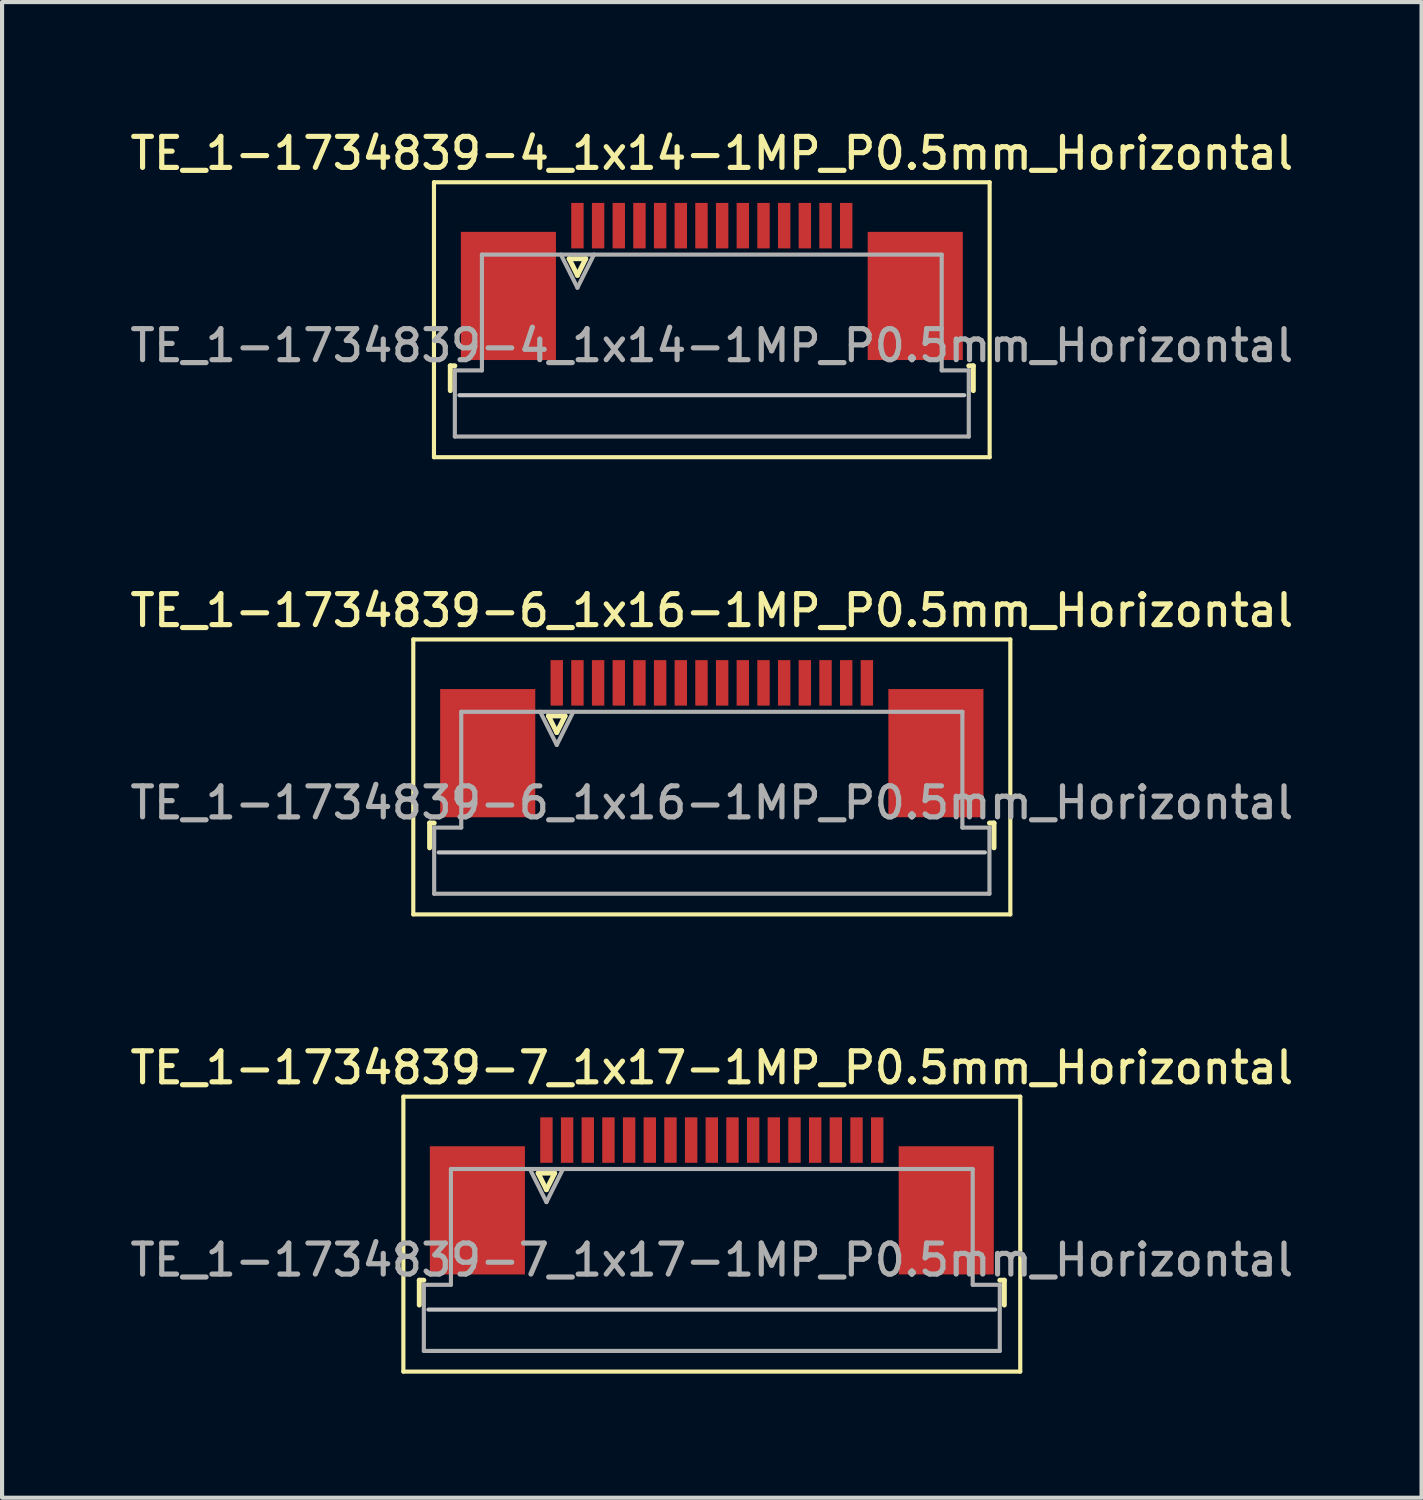
<source format=kicad_pcb>
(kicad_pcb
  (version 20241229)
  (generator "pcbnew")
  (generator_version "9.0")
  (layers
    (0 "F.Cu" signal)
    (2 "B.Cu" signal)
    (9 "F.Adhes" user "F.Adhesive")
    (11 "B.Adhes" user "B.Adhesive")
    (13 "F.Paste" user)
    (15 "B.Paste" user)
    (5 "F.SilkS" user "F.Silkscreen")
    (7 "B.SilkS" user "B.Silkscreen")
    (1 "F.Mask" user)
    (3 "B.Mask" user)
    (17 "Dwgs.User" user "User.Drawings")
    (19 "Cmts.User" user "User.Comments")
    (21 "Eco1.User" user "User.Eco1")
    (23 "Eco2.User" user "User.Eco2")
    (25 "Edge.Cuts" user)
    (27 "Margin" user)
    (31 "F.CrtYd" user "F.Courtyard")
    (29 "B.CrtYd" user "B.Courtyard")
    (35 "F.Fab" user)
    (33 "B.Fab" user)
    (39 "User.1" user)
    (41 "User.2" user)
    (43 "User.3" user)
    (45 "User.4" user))
  (footprint "TE_1-1734839-7_1x17-1MP_P0.5mm_Horizontal"
    (layer "F.Cu")
    (at 14.166 25.874)
    (property "Reference" "TE_1-1734839-7_1x17-1MP_P0.5mm_Horizontal" (at 0 -3.1 0) (layer "F.SilkS") (effects (font (size 0.75 0.75) (thickness 0.125))))
    (attr smd)
    (fp_line (start -7.46 -2.4) (end -7.46 4.25) (stroke (width 0.1) (type solid)) (layer "F.SilkS"))
    (fp_line (start -7.46 4.25) (end 7.46 4.25) (stroke (width 0.1) (type solid)) (layer "F.SilkS"))
    (fp_line (start -7.075 2.04) (end -7.075 2.64) (stroke (width 0.12) (type solid)) (layer "F.SilkS"))
    (fp_line (start -6.965 2.04) (end -7.075 2.04) (stroke (width 0.12) (type solid)) (layer "F.SilkS"))
    (fp_line (start -4.2 -0.55) (end -4 -0.15) (stroke (width 0.12) (type solid)) (layer "F.SilkS"))
    (fp_line (start -4 -0.15) (end -3.8 -0.55) (stroke (width 0.12) (type solid)) (layer "F.SilkS"))
    (fp_line (start -3.8 -0.55) (end -4.2 -0.55) (stroke (width 0.12) (type solid)) (layer "F.SilkS"))
    (fp_line (start 6.965 2.04) (end 7.075 2.04) (stroke (width 0.12) (type solid)) (layer "F.SilkS"))
    (fp_line (start 7.075 2.04) (end 7.075 2.64) (stroke (width 0.12) (type solid)) (layer "F.SilkS"))
    (fp_line (start 7.46 -2.4) (end -7.46 -2.4) (stroke (width 0.1) (type solid)) (layer "F.SilkS"))
    (fp_line (start 7.46 4.25) (end 7.46 -2.4) (stroke (width 0.1) (type solid)) (layer "F.SilkS"))
    (fp_line (start 6.855 2.75) (end -6.855 2.75) (stroke (width 0.1) (type solid)) (layer "Dwgs.User"))
    (fp_line (start -6.965 2.15) (end -6.31 2.15) (stroke (width 0.1) (type solid)) (layer "F.Fab"))
    (fp_line (start -6.965 3.75) (end -6.965 2.15) (stroke (width 0.1) (type solid)) (layer "F.Fab"))
    (fp_line (start -6.31 -0.65) (end 6.31 -0.65) (stroke (width 0.1) (type solid)) (layer "F.Fab"))
    (fp_line (start -6.31 2.15) (end -6.31 -0.65) (stroke (width 0.1) (type solid)) (layer "F.Fab"))
    (fp_line (start -4.4 -0.65) (end -4 0.15) (stroke (width 0.1) (type solid)) (layer "F.Fab"))
    (fp_line (start -4 0.15) (end -3.6 -0.65) (stroke (width 0.1) (type solid)) (layer "F.Fab"))
    (fp_line (start 6.31 -0.65) (end 6.31 2.15) (stroke (width 0.1) (type solid)) (layer "F.Fab"))
    (fp_line (start 6.31 2.15) (end 6.965 2.15) (stroke (width 0.1) (type solid)) (layer "F.Fab"))
    (fp_line (start 6.965 2.15) (end 6.965 3.75) (stroke (width 0.1) (type solid)) (layer "F.Fab"))
    (fp_line (start 6.965 3.75) (end -6.965 3.75) (stroke (width 0.1) (type solid)) (layer "F.Fab"))
    (fp_text user "${REFERENCE}" (at 0 1.55 0) (layer "F.Fab") (effects (font (size 0.75 0.75) (thickness 0.125))))
    (pad "1" smd rect (at -4 -1.35) (size 0.3 1.1) (layers "F.Cu" "F.Mask" "F.Paste"))
    (pad "2" smd rect (at -3.5 -1.35) (size 0.3 1.1) (layers "F.Cu" "F.Mask" "F.Paste"))
    (pad "3" smd rect (at -3 -1.35) (size 0.3 1.1) (layers "F.Cu" "F.Mask" "F.Paste"))
    (pad "4" smd rect (at -2.5 -1.35) (size 0.3 1.1) (layers "F.Cu" "F.Mask" "F.Paste"))
    (pad "5" smd rect (at -2 -1.35) (size 0.3 1.1) (layers "F.Cu" "F.Mask" "F.Paste"))
    (pad "6" smd rect (at -1.5 -1.35) (size 0.3 1.1) (layers "F.Cu" "F.Mask" "F.Paste"))
    (pad "7" smd rect (at -1 -1.35) (size 0.3 1.1) (layers "F.Cu" "F.Mask" "F.Paste"))
    (pad "8" smd rect (at -0.5 -1.35) (size 0.3 1.1) (layers "F.Cu" "F.Mask" "F.Paste"))
    (pad "9" smd rect (at 0 -1.35) (size 0.3 1.1) (layers "F.Cu" "F.Mask" "F.Paste"))
    (pad "10" smd rect (at 0.5 -1.35) (size 0.3 1.1) (layers "F.Cu" "F.Mask" "F.Paste"))
    (pad "11" smd rect (at 1 -1.35) (size 0.3 1.1) (layers "F.Cu" "F.Mask" "F.Paste"))
    (pad "12" smd rect (at 1.5 -1.35) (size 0.3 1.1) (layers "F.Cu" "F.Mask" "F.Paste"))
    (pad "13" smd rect (at 2 -1.35) (size 0.3 1.1) (layers "F.Cu" "F.Mask" "F.Paste"))
    (pad "14" smd rect (at 2.5 -1.35) (size 0.3 1.1) (layers "F.Cu" "F.Mask" "F.Paste"))
    (pad "15" smd rect (at 3 -1.35) (size 0.3 1.1) (layers "F.Cu" "F.Mask" "F.Paste"))
    (pad "16" smd rect (at 3.5 -1.35) (size 0.3 1.1) (layers "F.Cu" "F.Mask" "F.Paste"))
    (pad "17" smd rect (at 4 -1.35) (size 0.3 1.1) (layers "F.Cu" "F.Mask" "F.Paste"))
    (pad "MP" smd rect (at -5.67 0.35) (size 2.3 3.1) (layers "F.Cu" "F.Mask" "F.Paste"))
    (pad "MP" smd rect (at 5.67 0.35) (size 2.3 3.1) (layers "F.Cu" "F.Mask" "F.Paste")))
  (footprint "TE_1-1734839-6_1x16-1MP_P0.5mm_Horizontal"
    (layer "F.Cu")
    (at 14.166 14.816)
    (property "Reference" "TE_1-1734839-6_1x16-1MP_P0.5mm_Horizontal" (at 0 -3.1 0) (layer "F.SilkS") (effects (font (size 0.75 0.75) (thickness 0.125))))
    (attr smd)
    (fp_line (start -7.22 -2.4) (end -7.22 4.25) (stroke (width 0.1) (type solid)) (layer "F.SilkS"))
    (fp_line (start -7.22 4.25) (end 7.22 4.25) (stroke (width 0.1) (type solid)) (layer "F.SilkS"))
    (fp_line (start -6.825 2.04) (end -6.825 2.64) (stroke (width 0.12) (type solid)) (layer "F.SilkS"))
    (fp_line (start -6.715 2.04) (end -6.825 2.04) (stroke (width 0.12) (type solid)) (layer "F.SilkS"))
    (fp_line (start -3.95 -0.55) (end -3.75 -0.15) (stroke (width 0.12) (type solid)) (layer "F.SilkS"))
    (fp_line (start -3.75 -0.15) (end -3.55 -0.55) (stroke (width 0.12) (type solid)) (layer "F.SilkS"))
    (fp_line (start -3.55 -0.55) (end -3.95 -0.55) (stroke (width 0.12) (type solid)) (layer "F.SilkS"))
    (fp_line (start 6.715 2.04) (end 6.825 2.04) (stroke (width 0.12) (type solid)) (layer "F.SilkS"))
    (fp_line (start 6.825 2.04) (end 6.825 2.64) (stroke (width 0.12) (type solid)) (layer "F.SilkS"))
    (fp_line (start 7.22 -2.4) (end -7.22 -2.4) (stroke (width 0.1) (type solid)) (layer "F.SilkS"))
    (fp_line (start 7.22 4.25) (end 7.22 -2.4) (stroke (width 0.1) (type solid)) (layer "F.SilkS"))
    (fp_line (start 6.605 2.75) (end -6.605 2.75) (stroke (width 0.1) (type solid)) (layer "Dwgs.User"))
    (fp_line (start -6.715 2.15) (end -6.06 2.15) (stroke (width 0.1) (type solid)) (layer "F.Fab"))
    (fp_line (start -6.715 3.75) (end -6.715 2.15) (stroke (width 0.1) (type solid)) (layer "F.Fab"))
    (fp_line (start -6.06 -0.65) (end 6.06 -0.65) (stroke (width 0.1) (type solid)) (layer "F.Fab"))
    (fp_line (start -6.06 2.15) (end -6.06 -0.65) (stroke (width 0.1) (type solid)) (layer "F.Fab"))
    (fp_line (start -4.15 -0.65) (end -3.75 0.15) (stroke (width 0.1) (type solid)) (layer "F.Fab"))
    (fp_line (start -3.75 0.15) (end -3.35 -0.65) (stroke (width 0.1) (type solid)) (layer "F.Fab"))
    (fp_line (start 6.06 -0.65) (end 6.06 2.15) (stroke (width 0.1) (type solid)) (layer "F.Fab"))
    (fp_line (start 6.06 2.15) (end 6.715 2.15) (stroke (width 0.1) (type solid)) (layer "F.Fab"))
    (fp_line (start 6.715 2.15) (end 6.715 3.75) (stroke (width 0.1) (type solid)) (layer "F.Fab"))
    (fp_line (start 6.715 3.75) (end -6.715 3.75) (stroke (width 0.1) (type solid)) (layer "F.Fab"))
    (fp_text user "${REFERENCE}" (at 0 1.55 0) (layer "F.Fab") (effects (font (size 0.75 0.75) (thickness 0.125))))
    (pad "1" smd rect (at -3.75 -1.35) (size 0.3 1.1) (layers "F.Cu" "F.Mask" "F.Paste"))
    (pad "2" smd rect (at -3.25 -1.35) (size 0.3 1.1) (layers "F.Cu" "F.Mask" "F.Paste"))
    (pad "3" smd rect (at -2.75 -1.35) (size 0.3 1.1) (layers "F.Cu" "F.Mask" "F.Paste"))
    (pad "4" smd rect (at -2.25 -1.35) (size 0.3 1.1) (layers "F.Cu" "F.Mask" "F.Paste"))
    (pad "5" smd rect (at -1.75 -1.35) (size 0.3 1.1) (layers "F.Cu" "F.Mask" "F.Paste"))
    (pad "6" smd rect (at -1.25 -1.35) (size 0.3 1.1) (layers "F.Cu" "F.Mask" "F.Paste"))
    (pad "7" smd rect (at -0.75 -1.35) (size 0.3 1.1) (layers "F.Cu" "F.Mask" "F.Paste"))
    (pad "8" smd rect (at -0.25 -1.35) (size 0.3 1.1) (layers "F.Cu" "F.Mask" "F.Paste"))
    (pad "9" smd rect (at 0.25 -1.35) (size 0.3 1.1) (layers "F.Cu" "F.Mask" "F.Paste"))
    (pad "10" smd rect (at 0.75 -1.35) (size 0.3 1.1) (layers "F.Cu" "F.Mask" "F.Paste"))
    (pad "11" smd rect (at 1.25 -1.35) (size 0.3 1.1) (layers "F.Cu" "F.Mask" "F.Paste"))
    (pad "12" smd rect (at 1.75 -1.35) (size 0.3 1.1) (layers "F.Cu" "F.Mask" "F.Paste"))
    (pad "13" smd rect (at 2.25 -1.35) (size 0.3 1.1) (layers "F.Cu" "F.Mask" "F.Paste"))
    (pad "14" smd rect (at 2.75 -1.35) (size 0.3 1.1) (layers "F.Cu" "F.Mask" "F.Paste"))
    (pad "15" smd rect (at 3.25 -1.35) (size 0.3 1.1) (layers "F.Cu" "F.Mask" "F.Paste"))
    (pad "16" smd rect (at 3.75 -1.35) (size 0.3 1.1) (layers "F.Cu" "F.Mask" "F.Paste"))
    (pad "MP" smd rect (at -5.42 0.35) (size 2.3 3.1) (layers "F.Cu" "F.Mask" "F.Paste"))
    (pad "MP" smd rect (at 5.42 0.35) (size 2.3 3.1) (layers "F.Cu" "F.Mask" "F.Paste")))
  (footprint "TE_1-1734839-4_1x14-1MP_P0.5mm_Horizontal"
    (layer "F.Cu")
    (at 14.166 3.758)
    (property "Reference" "TE_1-1734839-4_1x14-1MP_P0.5mm_Horizontal" (at 0 -3.1 0) (layer "F.SilkS") (effects (font (size 0.75 0.75) (thickness 0.125))))
    (attr smd)
    (fp_line (start -6.72 -2.4) (end -6.72 4.25) (stroke (width 0.1) (type solid)) (layer "F.SilkS"))
    (fp_line (start -6.72 4.25) (end 6.72 4.25) (stroke (width 0.1) (type solid)) (layer "F.SilkS"))
    (fp_line (start -6.325 2.04) (end -6.325 2.64) (stroke (width 0.12) (type solid)) (layer "F.SilkS"))
    (fp_line (start -6.215 2.04) (end -6.325 2.04) (stroke (width 0.12) (type solid)) (layer "F.SilkS"))
    (fp_line (start -3.45 -0.55) (end -3.25 -0.15) (stroke (width 0.12) (type solid)) (layer "F.SilkS"))
    (fp_line (start -3.25 -0.15) (end -3.05 -0.55) (stroke (width 0.12) (type solid)) (layer "F.SilkS"))
    (fp_line (start -3.05 -0.55) (end -3.45 -0.55) (stroke (width 0.12) (type solid)) (layer "F.SilkS"))
    (fp_line (start 6.215 2.04) (end 6.325 2.04) (stroke (width 0.12) (type solid)) (layer "F.SilkS"))
    (fp_line (start 6.325 2.04) (end 6.325 2.64) (stroke (width 0.12) (type solid)) (layer "F.SilkS"))
    (fp_line (start 6.72 -2.4) (end -6.72 -2.4) (stroke (width 0.1) (type solid)) (layer "F.SilkS"))
    (fp_line (start 6.72 4.25) (end 6.72 -2.4) (stroke (width 0.1) (type solid)) (layer "F.SilkS"))
    (fp_line (start 6.105 2.75) (end -6.105 2.75) (stroke (width 0.1) (type solid)) (layer "Dwgs.User"))
    (fp_line (start -6.215 2.15) (end -5.56 2.15) (stroke (width 0.1) (type solid)) (layer "F.Fab"))
    (fp_line (start -6.215 3.75) (end -6.215 2.15) (stroke (width 0.1) (type solid)) (layer "F.Fab"))
    (fp_line (start -5.56 -0.65) (end 5.56 -0.65) (stroke (width 0.1) (type solid)) (layer "F.Fab"))
    (fp_line (start -5.56 2.15) (end -5.56 -0.65) (stroke (width 0.1) (type solid)) (layer "F.Fab"))
    (fp_line (start -3.65 -0.65) (end -3.25 0.15) (stroke (width 0.1) (type solid)) (layer "F.Fab"))
    (fp_line (start -3.25 0.15) (end -2.85 -0.65) (stroke (width 0.1) (type solid)) (layer "F.Fab"))
    (fp_line (start 5.56 -0.65) (end 5.56 2.15) (stroke (width 0.1) (type solid)) (layer "F.Fab"))
    (fp_line (start 5.56 2.15) (end 6.215 2.15) (stroke (width 0.1) (type solid)) (layer "F.Fab"))
    (fp_line (start 6.215 2.15) (end 6.215 3.75) (stroke (width 0.1) (type solid)) (layer "F.Fab"))
    (fp_line (start 6.215 3.75) (end -6.215 3.75) (stroke (width 0.1) (type solid)) (layer "F.Fab"))
    (fp_text user "${REFERENCE}" (at 0 1.55 0) (layer "F.Fab") (effects (font (size 0.75 0.75) (thickness 0.125))))
    (pad "1" smd rect (at -3.25 -1.35) (size 0.3 1.1) (layers "F.Cu" "F.Mask" "F.Paste"))
    (pad "2" smd rect (at -2.75 -1.35) (size 0.3 1.1) (layers "F.Cu" "F.Mask" "F.Paste"))
    (pad "3" smd rect (at -2.25 -1.35) (size 0.3 1.1) (layers "F.Cu" "F.Mask" "F.Paste"))
    (pad "4" smd rect (at -1.75 -1.35) (size 0.3 1.1) (layers "F.Cu" "F.Mask" "F.Paste"))
    (pad "5" smd rect (at -1.25 -1.35) (size 0.3 1.1) (layers "F.Cu" "F.Mask" "F.Paste"))
    (pad "6" smd rect (at -0.75 -1.35) (size 0.3 1.1) (layers "F.Cu" "F.Mask" "F.Paste"))
    (pad "7" smd rect (at -0.25 -1.35) (size 0.3 1.1) (layers "F.Cu" "F.Mask" "F.Paste"))
    (pad "8" smd rect (at 0.25 -1.35) (size 0.3 1.1) (layers "F.Cu" "F.Mask" "F.Paste"))
    (pad "9" smd rect (at 0.75 -1.35) (size 0.3 1.1) (layers "F.Cu" "F.Mask" "F.Paste"))
    (pad "10" smd rect (at 1.25 -1.35) (size 0.3 1.1) (layers "F.Cu" "F.Mask" "F.Paste"))
    (pad "11" smd rect (at 1.75 -1.35) (size 0.3 1.1) (layers "F.Cu" "F.Mask" "F.Paste"))
    (pad "12" smd rect (at 2.25 -1.35) (size 0.3 1.1) (layers "F.Cu" "F.Mask" "F.Paste"))
    (pad "13" smd rect (at 2.75 -1.35) (size 0.3 1.1) (layers "F.Cu" "F.Mask" "F.Paste"))
    (pad "14" smd rect (at 3.25 -1.35) (size 0.3 1.1) (layers "F.Cu" "F.Mask" "F.Paste"))
    (pad "MP" smd rect (at -4.92 0.35) (size 2.3 3.1) (layers "F.Cu" "F.Mask" "F.Paste"))
    (pad "MP" smd rect (at 4.92 0.35) (size 2.3 3.1) (layers "F.Cu" "F.Mask" "F.Paste")))
  (gr_rect
    (start -3 -3)
    (end 31.332 33.174)
    (stroke (width 0.1) (type default))
    (fill no)
    (layer "Edge.Cuts")))
</source>
